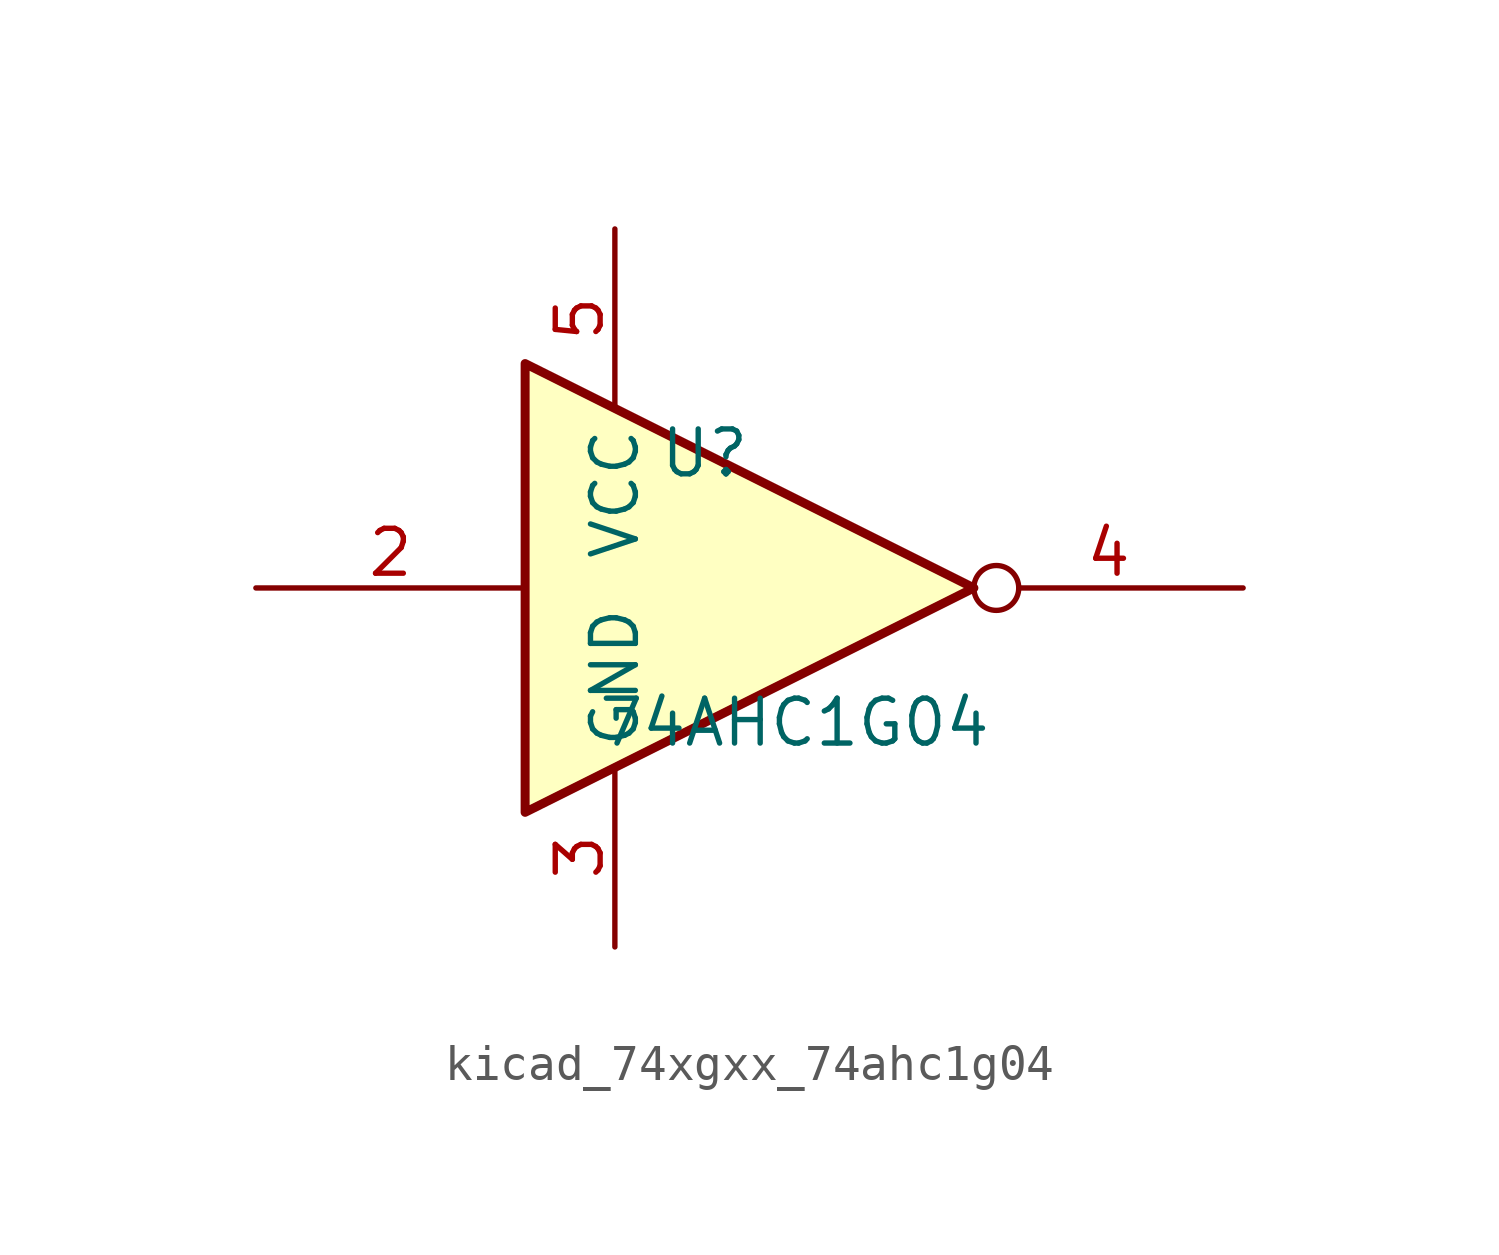
<source format=kicad_sym>
(kicad_symbol_lib
  (version 20220914)
  (generator kicad_symbol_editor)
  (symbol "kicad_74xgxx_74ahc1g04"
    (property "Reference" "U"
      (at -2.54 3.81 0)
      (effects (font (size 1.27 1.27))))
    (property "Value" "74AHC1G04"
      (at 0 -3.81 0)
      (effects (font (size 1.27 1.27))))
    (symbol "kicad_74xgxx_74ahc1g04_0_1"
      (polyline (pts (xy -7.62 6.35) (xy -7.62 -6.35) (xy 5.08 0) (xy -7.62 6.35)) (stroke (width 0.254) (type default)) (fill (type background))))
    (symbol "kicad_74xgxx_74ahc1g04_1_1"
      (pin input line (at -15.24 0 0) (length 7.62) (name "~" (effects (font (size 1.27 1.27)))) (number "2" (effects (font (size 1.27 1.27)))))
      (pin power_in line (at -5.08 -10.16 90) (length 5.08) (name "GND" (effects (font (size 1.27 1.27)))) (number "3" (effects (font (size 1.27 1.27)))))
      (pin output inverted (at 12.7 0 180) (length 7.62) (name "~" (effects (font (size 1.27 1.27)))) (number "4" (effects (font (size 1.27 1.27)))))
      (pin power_in line (at -5.08 10.16 270) (length 5.08) (name "VCC" (effects (font (size 1.27 1.27)))) (number "5" (effects (font (size 1.27 1.27))))))))
</source>
